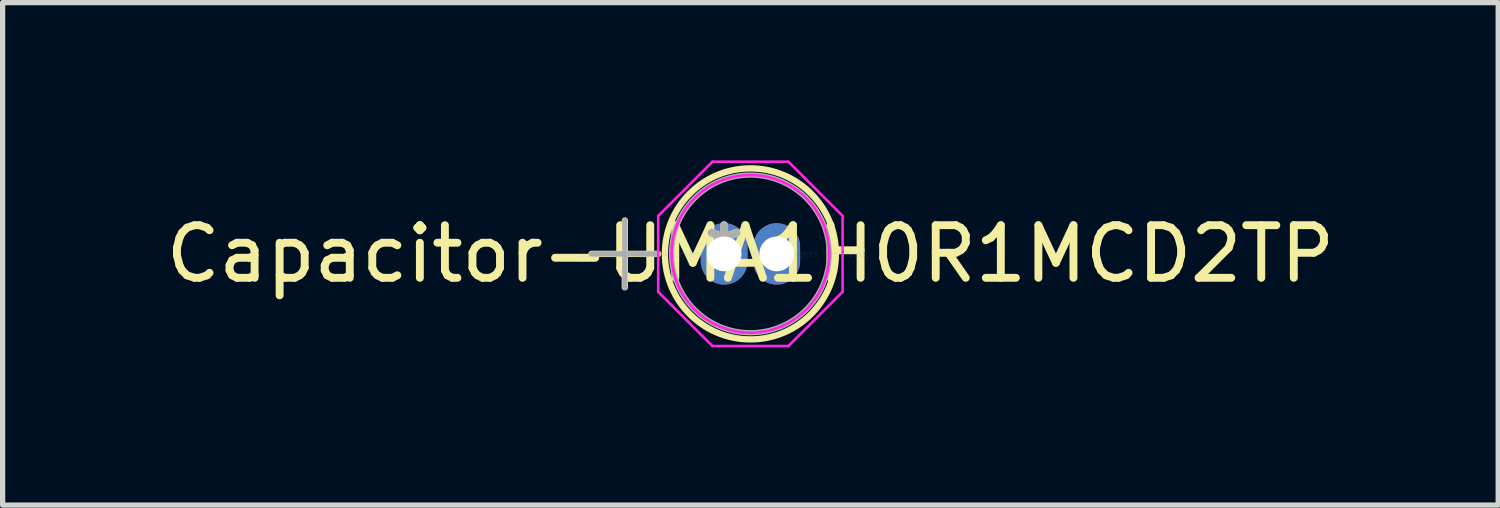
<source format=kicad_pcb>
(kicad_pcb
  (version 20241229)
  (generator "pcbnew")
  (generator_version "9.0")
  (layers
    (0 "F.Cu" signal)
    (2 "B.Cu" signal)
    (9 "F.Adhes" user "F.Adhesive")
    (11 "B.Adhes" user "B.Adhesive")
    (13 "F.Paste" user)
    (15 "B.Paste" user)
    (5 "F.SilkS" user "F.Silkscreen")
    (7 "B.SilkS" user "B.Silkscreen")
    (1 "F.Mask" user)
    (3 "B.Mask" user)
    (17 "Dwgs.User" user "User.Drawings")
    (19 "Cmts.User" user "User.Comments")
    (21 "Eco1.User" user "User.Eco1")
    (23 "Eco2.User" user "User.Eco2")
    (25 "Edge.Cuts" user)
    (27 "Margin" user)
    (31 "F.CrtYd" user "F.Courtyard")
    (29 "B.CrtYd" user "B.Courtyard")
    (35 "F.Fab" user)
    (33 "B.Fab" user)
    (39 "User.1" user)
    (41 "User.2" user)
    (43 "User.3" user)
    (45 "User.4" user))
  (footprint "Capacitor-UMA1H0R1MCD2TP"
    (layer "F.Cu")
    (at 10.72 1.778)
    (property "Reference" "Capacitor-UMA1H0R1MCD2TP" (at 0.5 0 0) (layer "F.SilkS") (effects (font (size 1 1) (thickness 0.15))))
    (attr through_hole)
    (fp_line (start -2.523 0) (end -1.253 0) (stroke (width 0.12) (type solid)) (layer "F.SilkS"))
    (fp_line (start -1.888 -0.635) (end -1.888 0.635) (stroke (width 0.12) (type solid)) (layer "F.SilkS"))
    (fp_circle (center 0.5 0) (end 2.126 0) (stroke (width 0.12) (type solid)) (fill no) (layer "F.SilkS"))
    (fp_line (start -1.253 -0.722) (end -0.222 -1.753) (stroke (width 0.05) (type solid)) (layer "F.CrtYd"))
    (fp_line (start -1.253 0.722) (end -1.253 -0.722) (stroke (width 0.05) (type solid)) (layer "F.CrtYd"))
    (fp_line (start -0.222 -1.753) (end 1.222 -1.753) (stroke (width 0.05) (type solid)) (layer "F.CrtYd"))
    (fp_line (start -0.222 1.753) (end -1.253 0.722) (stroke (width 0.05) (type solid)) (layer "F.CrtYd"))
    (fp_line (start 1.222 -1.753) (end 2.253 -0.722) (stroke (width 0.05) (type solid)) (layer "F.CrtYd"))
    (fp_line (start 1.222 1.753) (end -0.222 1.753) (stroke (width 0.05) (type solid)) (layer "F.CrtYd"))
    (fp_line (start 2.253 -0.722) (end 2.253 0.722) (stroke (width 0.05) (type solid)) (layer "F.CrtYd"))
    (fp_line (start 2.253 0.722) (end 1.222 1.753) (stroke (width 0.05) (type solid)) (layer "F.CrtYd"))
    (fp_circle (center 0.5 0) (end 1.999 0) (stroke (width 0.05) (type solid)) (fill no) (layer "F.CrtYd"))
    (fp_line (start -2.523 0) (end -1.253 0) (stroke (width 0.1) (type solid)) (layer "F.Fab"))
    (fp_line (start -1.888 -0.635) (end -1.888 0.635) (stroke (width 0.1) (type solid)) (layer "F.Fab"))
    (fp_circle (center 0.5 0) (end 1.999 0) (stroke (width 0.1) (type solid)) (fill no) (layer "F.Fab"))
    (fp_text user "*" (at 0 0 0) (layer "F.SilkS") (effects (font (size 1 1) (thickness 0.15))))
    (fp_text user "Copyright 2021 Accelerated Designs. All rights reserved." (at 0 0 0) (layer "Cmts.User") (effects (font (size 0.127 0.127) (thickness 0.002))))
    (fp_text user "*" (at 0 0 0) (layer "F.Fab") (effects (font (size 1 1) (thickness 0.15))))
    (pad "1" thru_hole oval (at 0 0) (size 0.889 1.168) (drill 0.66) (layers "*.Cu" "*.Mask"))
    (pad "2" thru_hole oval (at 1 0) (size 0.889 1.168) (drill 0.66) (layers "*.Cu" "*.Mask")))
  (gr_rect
    (start -3 -3)
    (end 25.44 6.555)
    (stroke (width 0.1) (type default))
    (fill no)
    (layer "Edge.Cuts")))
</source>
